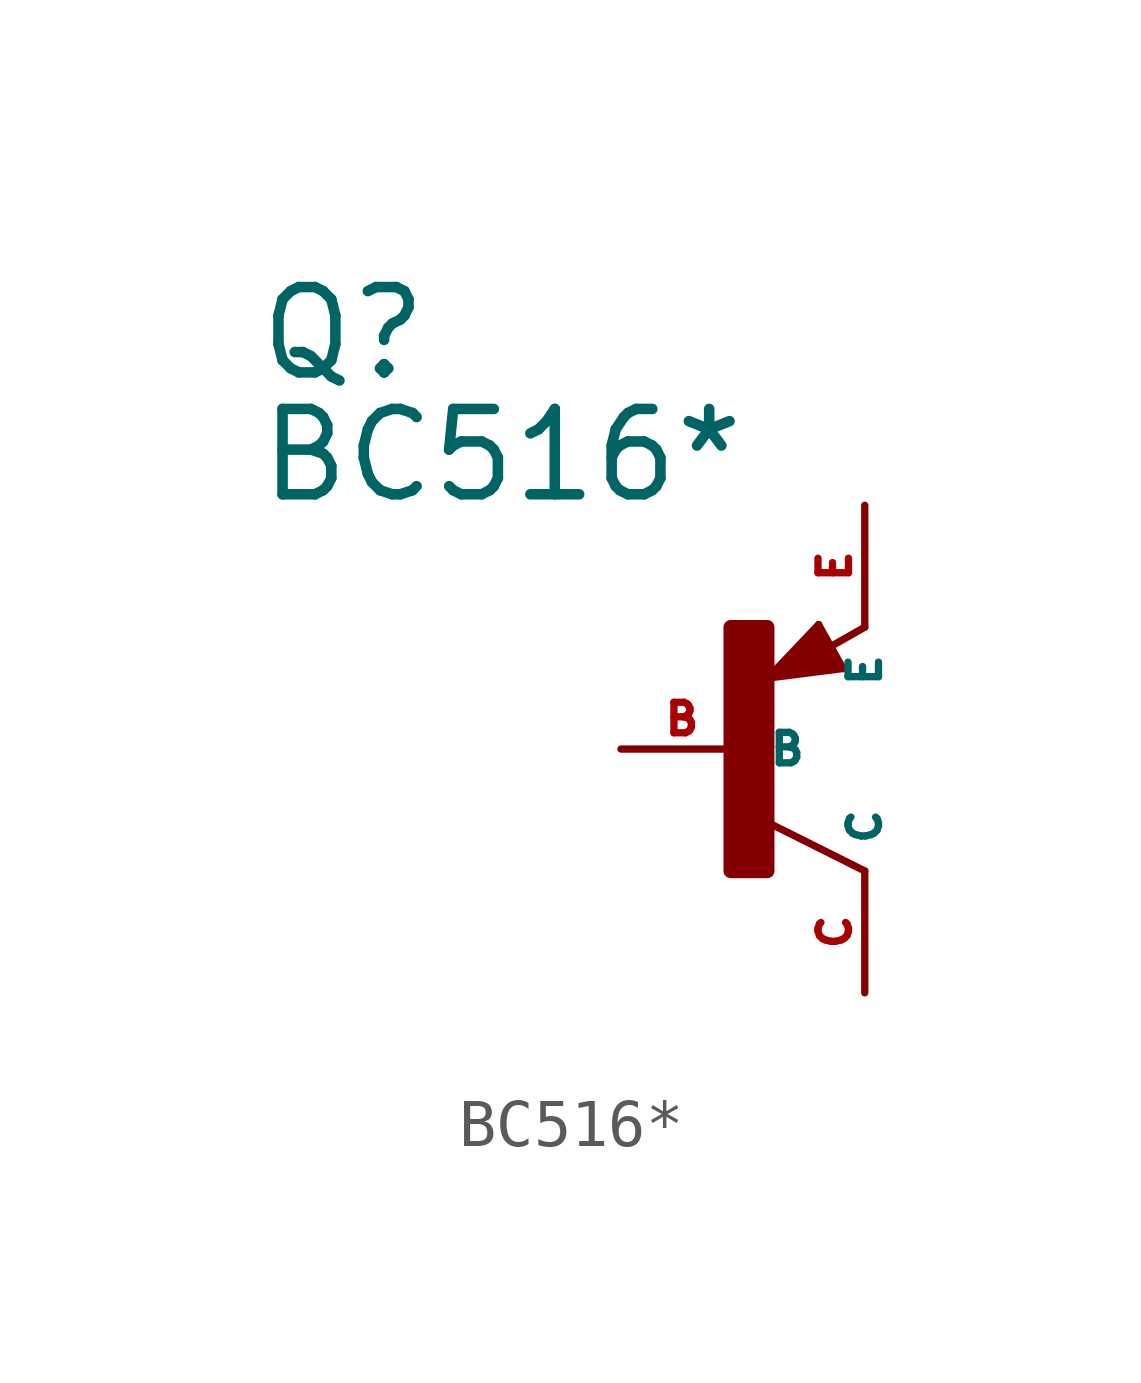
<source format=kicad_sym>
(kicad_symbol_lib
  (version 20220914)
  (generator Eagle2Kicad)
  (symbol "BC516*"
    (property "Reference" "Q"
      (at -10.16 7.62 0)
      (effects (font (size 1.778 1.778) (thickness 0.22)) (justify left bottom)))
    (property "Value" "BC516*"
      (at -10.16 5.08 0)
      (effects (font (size 1.778 1.778) (thickness 0.22)) (justify left bottom)))
    (polyline
      (pts (xy 2.086 1.678) (xy 1.578 2.594))
      (stroke (width 0.152) (type default))
      (fill (type none)))
    (polyline
      (pts (xy 1.578 2.594) (xy 0.516 1.478))
      (stroke (width 0.152) (type default))
      (fill (type none)))
    (polyline
      (pts (xy 0.516 1.478) (xy 2.086 1.678))
      (stroke (width 0.152) (type default))
      (fill (type none)))
    (polyline
      (pts (xy 2.54 2.54) (xy 1.808 2.124))
      (stroke (width 0.152) (type default))
      (fill (type none)))
    (polyline
      (pts (xy 2.54 -2.54) (xy 0.508 -1.524))
      (stroke (width 0.152) (type default))
      (fill (type none)))
    (polyline
      (pts (xy 1.905 1.778) (xy 1.524 2.413))
      (stroke (width 0.254) (type default))
      (fill (type none)))
    (polyline
      (pts (xy 1.524 2.413) (xy 0.762 1.651))
      (stroke (width 0.254) (type default))
      (fill (type none)))
    (polyline
      (pts (xy 0.762 1.651) (xy 1.778 1.778))
      (stroke (width 0.254) (type default))
      (fill (type none)))
    (polyline
      (pts (xy 1.778 1.778) (xy 1.524 2.159))
      (stroke (width 0.254) (type default))
      (fill (type none)))
    (polyline
      (pts (xy 1.524 2.159) (xy 1.143 1.905))
      (stroke (width 0.254) (type default))
      (fill (type none)))
    (polyline
      (pts (xy 1.143 1.905) (xy 1.524 1.905))
      (stroke (width 0.254) (type default))
      (fill (type none)))
    (rectangle
      (start -0.254 -2.54)
      (end 0.508 2.54)
      (stroke (width 0.3) (type default))
      (fill (type outline)))
    (pin passive line
      (at -2.54 0 0)
      (length 2.54)
      (name "B" (effects (font (size 0.635 0.635) (thickness 0.08)) (justify left bottom)))
      (number "B" (effects (font (size 0.635 0.635) (thickness 0.08)) (justify left bottom))))
    (pin passive line
      (at 2.54 5.08 270)
      (length 2.54)
      (name "E" (effects (font (size 0.635 0.635) (thickness 0.08)) (justify left bottom)))
      (number "E" (effects (font (size 0.635 0.635) (thickness 0.08)) (justify left bottom))))
    (pin passive line
      (at 2.54 -5.08 90)
      (length 2.54)
      (name "C" (effects (font (size 0.635 0.635) (thickness 0.08)) (justify left bottom)))
      (number "C" (effects (font (size 0.635 0.635) (thickness 0.08)) (justify left bottom))))))
</source>
